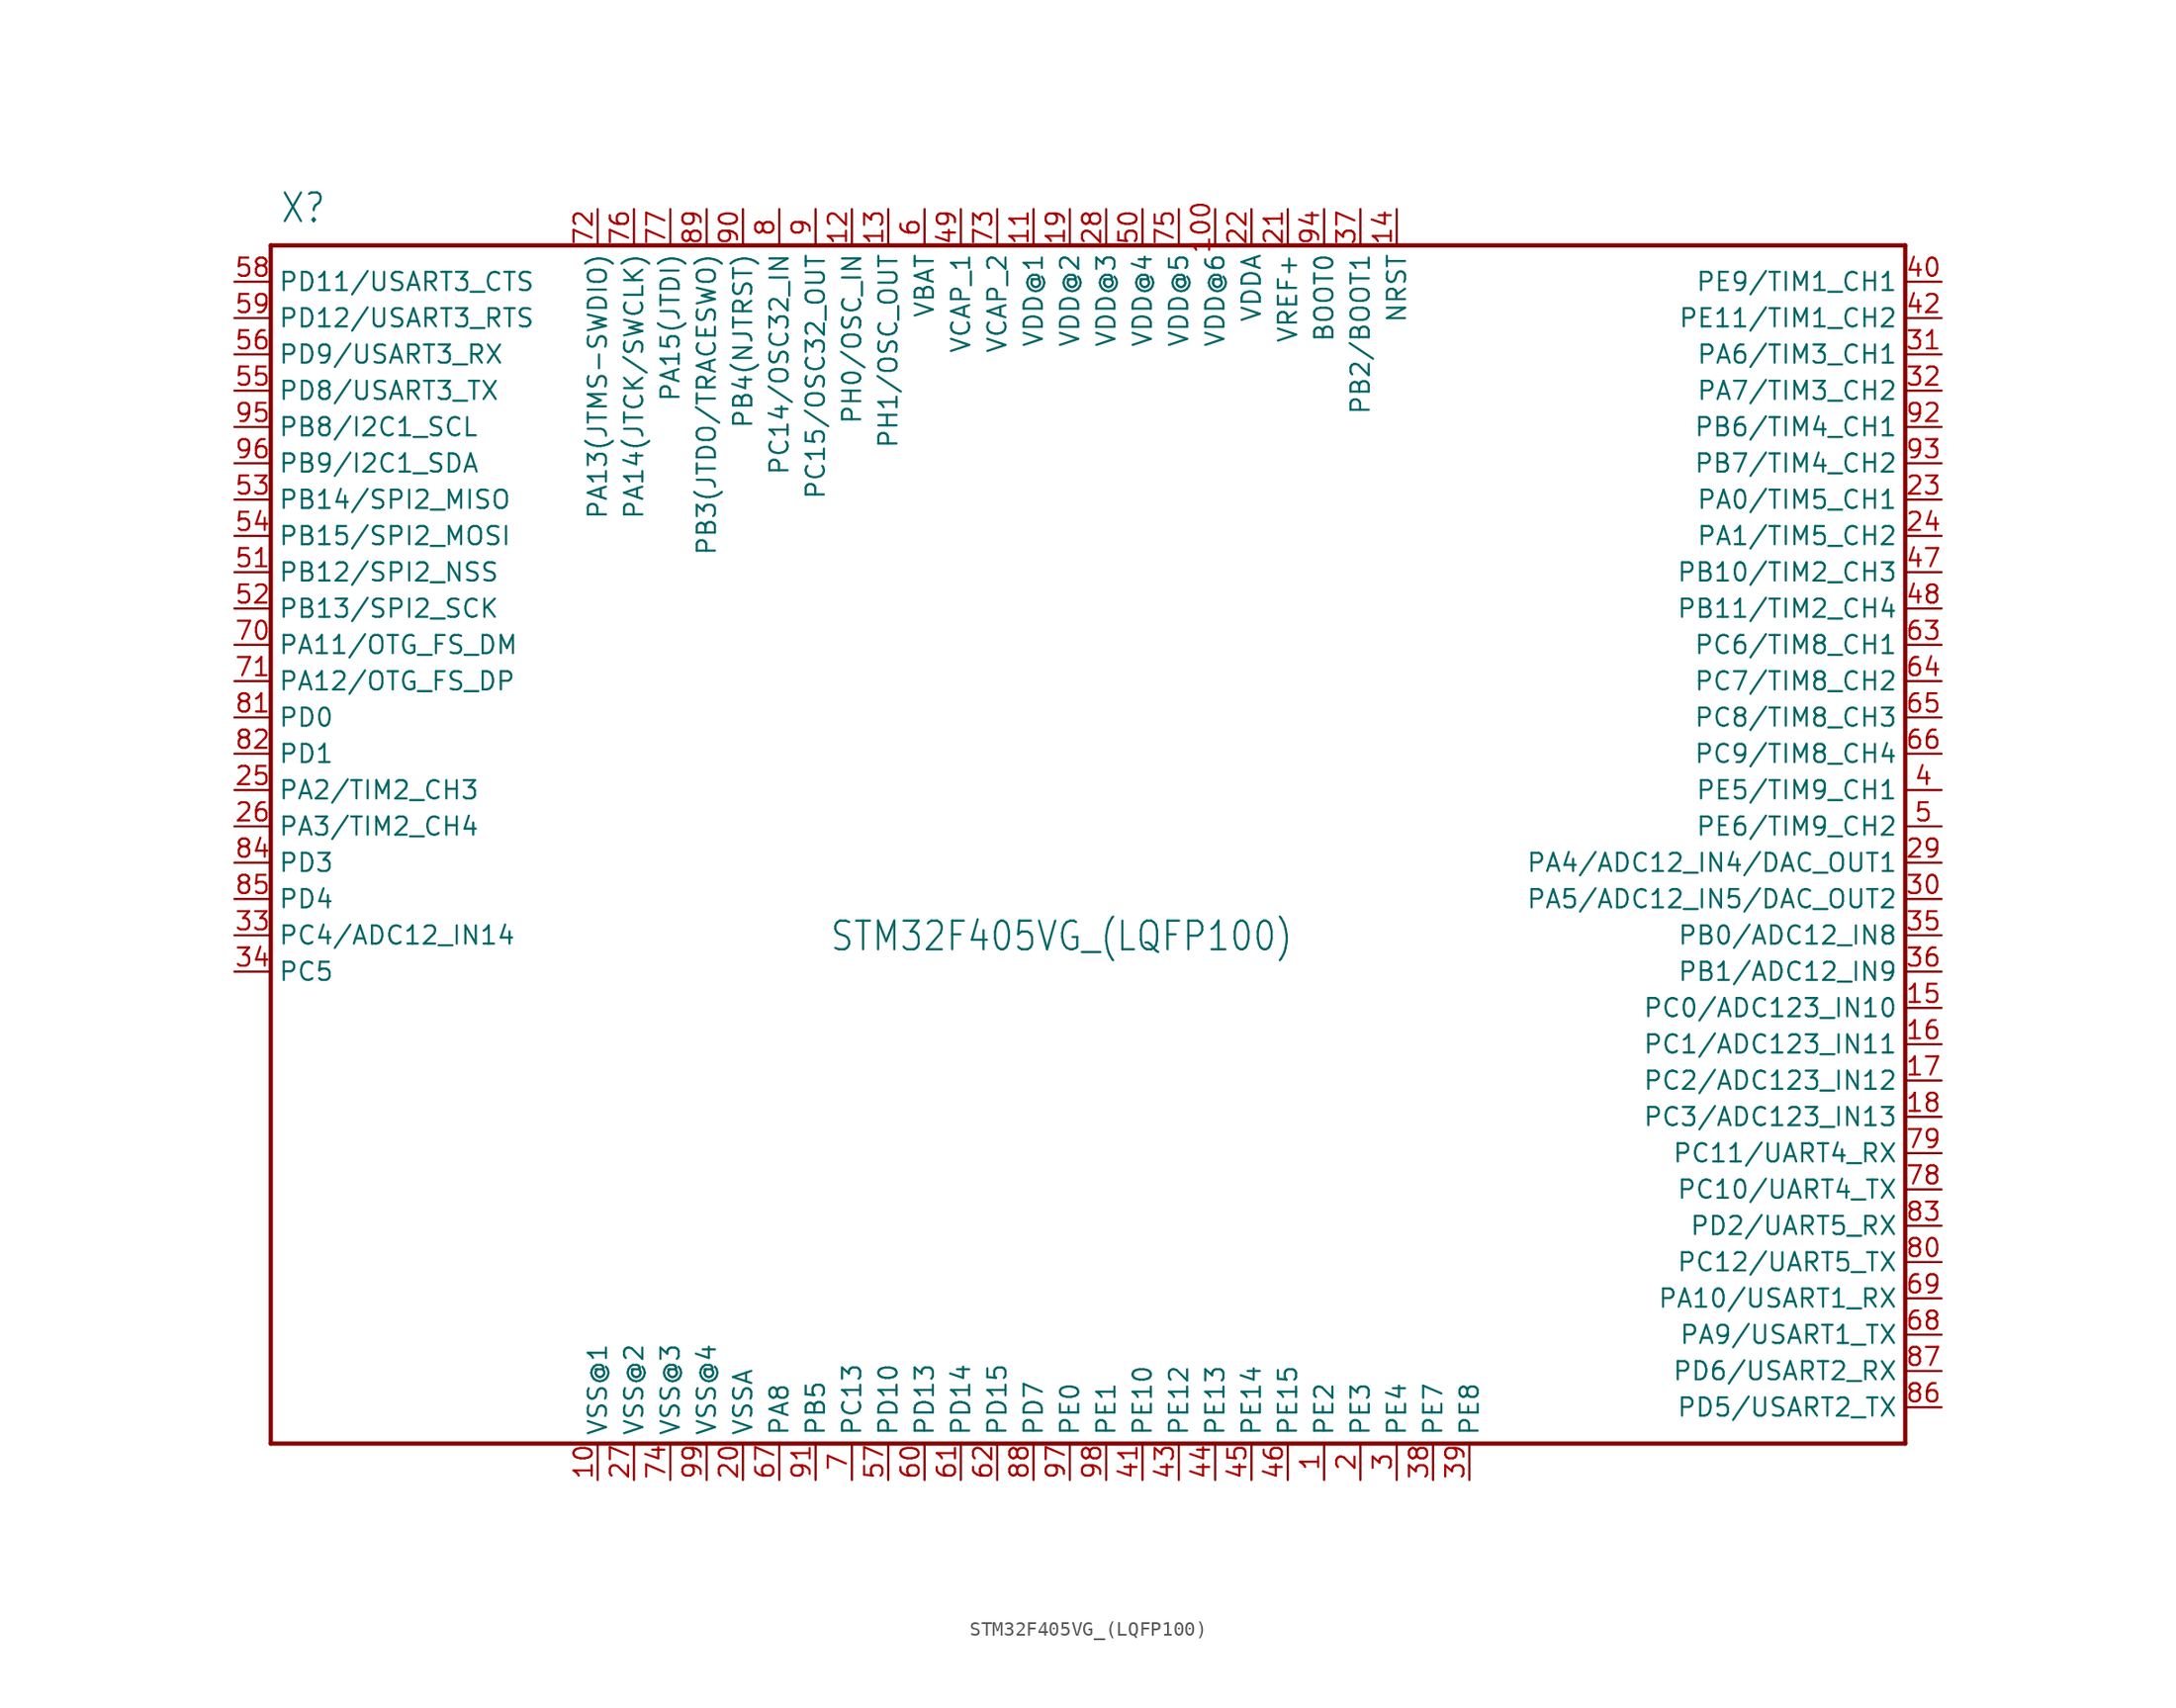
<source format=kicad_sym>
(kicad_symbol_lib
  (version 20211014)
  (generator kicad_symbol_editor)
  (symbol "STM32F405VG_(LQFP100)"
    (property "Reference" "X"
      (at -52.705 43.362 0)
      (effects (font (size 2 1.7)) (justify left bottom)))
    (property "Value" "STM32F405VG_(LQFP100)"
      (at -14.287 -7.58 0)
      (effects (font (size 2 1.7)) (justify left bottom)))
    (property "ki_locked" ""
      (at 0 0 0)
      (effects (font (size 1.27 1.27))))
    (symbol "STM32F405VG_(LQFP100)_1_0"
      (polyline (pts (xy -53.34 -41.91) (xy -53.34 41.91)) (stroke (width 0.3) (type default) (color 0 0 0 0)) (fill (type none)))
      (polyline (pts (xy -53.34 41.91) (xy 60.96 41.91)) (stroke (width 0.3) (type default) (color 0 0 0 0)) (fill (type none)))
      (polyline (pts (xy 60.96 -41.91) (xy -53.34 -41.91)) (stroke (width 0.3) (type default) (color 0 0 0 0)) (fill (type none)))
      (polyline (pts (xy 60.96 41.91) (xy 60.96 -41.91)) (stroke (width 0.3) (type default) (color 0 0 0 0)) (fill (type none)))
      (pin passive line (at 20.32 -44.45 90) (length 2.54) (name "PE2" (effects (font (size 1.27 1.27)))) (number "1" (effects (font (size 1.27 1.27)))))
      (pin passive line (at -30.48 -44.45 90) (length 2.54) (name "VSS@1" (effects (font (size 1.27 1.27)))) (number "10" (effects (font (size 1.27 1.27)))))
      (pin passive line (at 12.7 44.45 270) (length 2.54) (name "VDD@6" (effects (font (size 1.27 1.27)))) (number "100" (effects (font (size 1.27 1.27)))))
      (pin passive line (at 0 44.45 270) (length 2.54) (name "VDD@1" (effects (font (size 1.27 1.27)))) (number "11" (effects (font (size 1.27 1.27)))))
      (pin passive line (at -12.7 44.45 270) (length 2.54) (name "PH0/OSC_IN" (effects (font (size 1.27 1.27)))) (number "12" (effects (font (size 1.27 1.27)))))
      (pin passive line (at -10.16 44.45 270) (length 2.54) (name "PH1/OSC_OUT" (effects (font (size 1.27 1.27)))) (number "13" (effects (font (size 1.27 1.27)))))
      (pin passive line (at 25.4 44.45 270) (length 2.54) (name "NRST" (effects (font (size 1.27 1.27)))) (number "14" (effects (font (size 1.27 1.27)))))
      (pin passive line (at 63.5 -11.43 180) (length 2.54) (name "PC0/ADC123_IN10" (effects (font (size 1.27 1.27)))) (number "15" (effects (font (size 1.27 1.27)))))
      (pin passive line (at 63.5 -13.97 180) (length 2.54) (name "PC1/ADC123_IN11" (effects (font (size 1.27 1.27)))) (number "16" (effects (font (size 1.27 1.27)))))
      (pin passive line (at 63.5 -16.51 180) (length 2.54) (name "PC2/ADC123_IN12" (effects (font (size 1.27 1.27)))) (number "17" (effects (font (size 1.27 1.27)))))
      (pin passive line (at 63.5 -19.05 180) (length 2.54) (name "PC3/ADC123_IN13" (effects (font (size 1.27 1.27)))) (number "18" (effects (font (size 1.27 1.27)))))
      (pin passive line (at 2.54 44.45 270) (length 2.54) (name "VDD@2" (effects (font (size 1.27 1.27)))) (number "19" (effects (font (size 1.27 1.27)))))
      (pin passive line (at 22.86 -44.45 90) (length 2.54) (name "PE3" (effects (font (size 1.27 1.27)))) (number "2" (effects (font (size 1.27 1.27)))))
      (pin passive line (at -20.32 -44.45 90) (length 2.54) (name "VSSA" (effects (font (size 1.27 1.27)))) (number "20" (effects (font (size 1.27 1.27)))))
      (pin passive line (at 17.78 44.45 270) (length 2.54) (name "VREF+" (effects (font (size 1.27 1.27)))) (number "21" (effects (font (size 1.27 1.27)))))
      (pin passive line (at 15.24 44.45 270) (length 2.54) (name "VDDA" (effects (font (size 1.27 1.27)))) (number "22" (effects (font (size 1.27 1.27)))))
      (pin passive line (at 63.5 24.13 180) (length 2.54) (name "PA0/TIM5_CH1" (effects (font (size 1.27 1.27)))) (number "23" (effects (font (size 1.27 1.27)))))
      (pin passive line (at 63.5 21.59 180) (length 2.54) (name "PA1/TIM5_CH2" (effects (font (size 1.27 1.27)))) (number "24" (effects (font (size 1.27 1.27)))))
      (pin passive line (at -55.88 3.81 0) (length 2.54) (name "PA2/TIM2_CH3" (effects (font (size 1.27 1.27)))) (number "25" (effects (font (size 1.27 1.27)))))
      (pin passive line (at -55.88 1.27 0) (length 2.54) (name "PA3/TIM2_CH4" (effects (font (size 1.27 1.27)))) (number "26" (effects (font (size 1.27 1.27)))))
      (pin passive line (at -27.94 -44.45 90) (length 2.54) (name "VSS@2" (effects (font (size 1.27 1.27)))) (number "27" (effects (font (size 1.27 1.27)))))
      (pin passive line (at 5.08 44.45 270) (length 2.54) (name "VDD@3" (effects (font (size 1.27 1.27)))) (number "28" (effects (font (size 1.27 1.27)))))
      (pin passive line (at 63.5 -1.27 180) (length 2.54) (name "PA4/ADC12_IN4/DAC_OUT1" (effects (font (size 1.27 1.27)))) (number "29" (effects (font (size 1.27 1.27)))))
      (pin passive line (at 25.4 -44.45 90) (length 2.54) (name "PE4" (effects (font (size 1.27 1.27)))) (number "3" (effects (font (size 1.27 1.27)))))
      (pin passive line (at 63.5 -3.81 180) (length 2.54) (name "PA5/ADC12_IN5/DAC_OUT2" (effects (font (size 1.27 1.27)))) (number "30" (effects (font (size 1.27 1.27)))))
      (pin passive line (at 63.5 34.29 180) (length 2.54) (name "PA6/TIM3_CH1" (effects (font (size 1.27 1.27)))) (number "31" (effects (font (size 1.27 1.27)))))
      (pin passive line (at 63.5 31.75 180) (length 2.54) (name "PA7/TIM3_CH2" (effects (font (size 1.27 1.27)))) (number "32" (effects (font (size 1.27 1.27)))))
      (pin passive line (at -55.88 -6.35 0) (length 2.54) (name "PC4/ADC12_IN14" (effects (font (size 1.27 1.27)))) (number "33" (effects (font (size 1.27 1.27)))))
      (pin passive line (at -55.88 -8.89 0) (length 2.54) (name "PC5" (effects (font (size 1.27 1.27)))) (number "34" (effects (font (size 1.27 1.27)))))
      (pin passive line (at 63.5 -6.35 180) (length 2.54) (name "PB0/ADC12_IN8" (effects (font (size 1.27 1.27)))) (number "35" (effects (font (size 1.27 1.27)))))
      (pin passive line (at 63.5 -8.89 180) (length 2.54) (name "PB1/ADC12_IN9" (effects (font (size 1.27 1.27)))) (number "36" (effects (font (size 1.27 1.27)))))
      (pin passive line (at 22.86 44.45 270) (length 2.54) (name "PB2/BOOT1" (effects (font (size 1.27 1.27)))) (number "37" (effects (font (size 1.27 1.27)))))
      (pin passive line (at 27.94 -44.45 90) (length 2.54) (name "PE7" (effects (font (size 1.27 1.27)))) (number "38" (effects (font (size 1.27 1.27)))))
      (pin passive line (at 30.48 -44.45 90) (length 2.54) (name "PE8" (effects (font (size 1.27 1.27)))) (number "39" (effects (font (size 1.27 1.27)))))
      (pin passive line (at 63.5 3.81 180) (length 2.54) (name "PE5/TIM9_CH1" (effects (font (size 1.27 1.27)))) (number "4" (effects (font (size 1.27 1.27)))))
      (pin passive line (at 63.5 39.37 180) (length 2.54) (name "PE9/TIM1_CH1" (effects (font (size 1.27 1.27)))) (number "40" (effects (font (size 1.27 1.27)))))
      (pin passive line (at 7.62 -44.45 90) (length 2.54) (name "PE10" (effects (font (size 1.27 1.27)))) (number "41" (effects (font (size 1.27 1.27)))))
      (pin passive line (at 63.5 36.83 180) (length 2.54) (name "PE11/TIM1_CH2" (effects (font (size 1.27 1.27)))) (number "42" (effects (font (size 1.27 1.27)))))
      (pin passive line (at 10.16 -44.45 90) (length 2.54) (name "PE12" (effects (font (size 1.27 1.27)))) (number "43" (effects (font (size 1.27 1.27)))))
      (pin passive line (at 12.7 -44.45 90) (length 2.54) (name "PE13" (effects (font (size 1.27 1.27)))) (number "44" (effects (font (size 1.27 1.27)))))
      (pin passive line (at 15.24 -44.45 90) (length 2.54) (name "PE14" (effects (font (size 1.27 1.27)))) (number "45" (effects (font (size 1.27 1.27)))))
      (pin passive line (at 17.78 -44.45 90) (length 2.54) (name "PE15" (effects (font (size 1.27 1.27)))) (number "46" (effects (font (size 1.27 1.27)))))
      (pin passive line (at 63.5 19.05 180) (length 2.54) (name "PB10/TIM2_CH3" (effects (font (size 1.27 1.27)))) (number "47" (effects (font (size 1.27 1.27)))))
      (pin passive line (at 63.5 16.51 180) (length 2.54) (name "PB11/TIM2_CH4" (effects (font (size 1.27 1.27)))) (number "48" (effects (font (size 1.27 1.27)))))
      (pin passive line (at -5.08 44.45 270) (length 2.54) (name "VCAP_1" (effects (font (size 1.27 1.27)))) (number "49" (effects (font (size 1.27 1.27)))))
      (pin passive line (at 63.5 1.27 180) (length 2.54) (name "PE6/TIM9_CH2" (effects (font (size 1.27 1.27)))) (number "5" (effects (font (size 1.27 1.27)))))
      (pin passive line (at 7.62 44.45 270) (length 2.54) (name "VDD@4" (effects (font (size 1.27 1.27)))) (number "50" (effects (font (size 1.27 1.27)))))
      (pin passive line (at -55.88 19.05 0) (length 2.54) (name "PB12/SPI2_NSS" (effects (font (size 1.27 1.27)))) (number "51" (effects (font (size 1.27 1.27)))))
      (pin passive line (at -55.88 16.51 0) (length 2.54) (name "PB13/SPI2_SCK" (effects (font (size 1.27 1.27)))) (number "52" (effects (font (size 1.27 1.27)))))
      (pin passive line (at -55.88 24.13 0) (length 2.54) (name "PB14/SPI2_MISO" (effects (font (size 1.27 1.27)))) (number "53" (effects (font (size 1.27 1.27)))))
      (pin passive line (at -55.88 21.59 0) (length 2.54) (name "PB15/SPI2_MOSI" (effects (font (size 1.27 1.27)))) (number "54" (effects (font (size 1.27 1.27)))))
      (pin passive line (at -55.88 31.75 0) (length 2.54) (name "PD8/USART3_TX" (effects (font (size 1.27 1.27)))) (number "55" (effects (font (size 1.27 1.27)))))
      (pin passive line (at -55.88 34.29 0) (length 2.54) (name "PD9/USART3_RX" (effects (font (size 1.27 1.27)))) (number "56" (effects (font (size 1.27 1.27)))))
      (pin passive line (at -10.16 -44.45 90) (length 2.54) (name "PD10" (effects (font (size 1.27 1.27)))) (number "57" (effects (font (size 1.27 1.27)))))
      (pin passive line (at -55.88 39.37 0) (length 2.54) (name "PD11/USART3_CTS" (effects (font (size 1.27 1.27)))) (number "58" (effects (font (size 1.27 1.27)))))
      (pin passive line (at -55.88 36.83 0) (length 2.54) (name "PD12/USART3_RTS" (effects (font (size 1.27 1.27)))) (number "59" (effects (font (size 1.27 1.27)))))
      (pin passive line (at -7.62 44.45 270) (length 2.54) (name "VBAT" (effects (font (size 1.27 1.27)))) (number "6" (effects (font (size 1.27 1.27)))))
      (pin passive line (at -7.62 -44.45 90) (length 2.54) (name "PD13" (effects (font (size 1.27 1.27)))) (number "60" (effects (font (size 1.27 1.27)))))
      (pin passive line (at -5.08 -44.45 90) (length 2.54) (name "PD14" (effects (font (size 1.27 1.27)))) (number "61" (effects (font (size 1.27 1.27)))))
      (pin passive line (at -2.54 -44.45 90) (length 2.54) (name "PD15" (effects (font (size 1.27 1.27)))) (number "62" (effects (font (size 1.27 1.27)))))
      (pin passive line (at 63.5 13.97 180) (length 2.54) (name "PC6/TIM8_CH1" (effects (font (size 1.27 1.27)))) (number "63" (effects (font (size 1.27 1.27)))))
      (pin passive line (at 63.5 11.43 180) (length 2.54) (name "PC7/TIM8_CH2" (effects (font (size 1.27 1.27)))) (number "64" (effects (font (size 1.27 1.27)))))
      (pin passive line (at 63.5 8.89 180) (length 2.54) (name "PC8/TIM8_CH3" (effects (font (size 1.27 1.27)))) (number "65" (effects (font (size 1.27 1.27)))))
      (pin passive line (at 63.5 6.35 180) (length 2.54) (name "PC9/TIM8_CH4" (effects (font (size 1.27 1.27)))) (number "66" (effects (font (size 1.27 1.27)))))
      (pin passive line (at -17.78 -44.45 90) (length 2.54) (name "PA8" (effects (font (size 1.27 1.27)))) (number "67" (effects (font (size 1.27 1.27)))))
      (pin passive line (at 63.5 -34.29 180) (length 2.54) (name "PA9/USART1_TX" (effects (font (size 1.27 1.27)))) (number "68" (effects (font (size 1.27 1.27)))))
      (pin passive line (at 63.5 -31.75 180) (length 2.54) (name "PA10/USART1_RX" (effects (font (size 1.27 1.27)))) (number "69" (effects (font (size 1.27 1.27)))))
      (pin passive line (at -12.7 -44.45 90) (length 2.54) (name "PC13" (effects (font (size 1.27 1.27)))) (number "7" (effects (font (size 1.27 1.27)))))
      (pin passive line (at -55.88 13.97 0) (length 2.54) (name "PA11/OTG_FS_DM" (effects (font (size 1.27 1.27)))) (number "70" (effects (font (size 1.27 1.27)))))
      (pin passive line (at -55.88 11.43 0) (length 2.54) (name "PA12/OTG_FS_DP" (effects (font (size 1.27 1.27)))) (number "71" (effects (font (size 1.27 1.27)))))
      (pin passive line (at -30.48 44.45 270) (length 2.54) (name "PA13(JTMS-SWDIO)" (effects (font (size 1.27 1.27)))) (number "72" (effects (font (size 1.27 1.27)))))
      (pin passive line (at -2.54 44.45 270) (length 2.54) (name "VCAP_2" (effects (font (size 1.27 1.27)))) (number "73" (effects (font (size 1.27 1.27)))))
      (pin passive line (at -25.4 -44.45 90) (length 2.54) (name "VSS@3" (effects (font (size 1.27 1.27)))) (number "74" (effects (font (size 1.27 1.27)))))
      (pin passive line (at 10.16 44.45 270) (length 2.54) (name "VDD@5" (effects (font (size 1.27 1.27)))) (number "75" (effects (font (size 1.27 1.27)))))
      (pin passive line (at -27.94 44.45 270) (length 2.54) (name "PA14(JTCK/SWCLK)" (effects (font (size 1.27 1.27)))) (number "76" (effects (font (size 1.27 1.27)))))
      (pin passive line (at -25.4 44.45 270) (length 2.54) (name "PA15(JTDI)" (effects (font (size 1.27 1.27)))) (number "77" (effects (font (size 1.27 1.27)))))
      (pin passive line (at 63.5 -24.13 180) (length 2.54) (name "PC10/UART4_TX" (effects (font (size 1.27 1.27)))) (number "78" (effects (font (size 1.27 1.27)))))
      (pin passive line (at 63.5 -21.59 180) (length 2.54) (name "PC11/UART4_RX" (effects (font (size 1.27 1.27)))) (number "79" (effects (font (size 1.27 1.27)))))
      (pin passive line (at -17.78 44.45 270) (length 2.54) (name "PC14/OSC32_IN" (effects (font (size 1.27 1.27)))) (number "8" (effects (font (size 1.27 1.27)))))
      (pin passive line (at 63.5 -29.21 180) (length 2.54) (name "PC12/UART5_TX" (effects (font (size 1.27 1.27)))) (number "80" (effects (font (size 1.27 1.27)))))
      (pin passive line (at -55.88 8.89 0) (length 2.54) (name "PD0" (effects (font (size 1.27 1.27)))) (number "81" (effects (font (size 1.27 1.27)))))
      (pin passive line (at -55.88 6.35 0) (length 2.54) (name "PD1" (effects (font (size 1.27 1.27)))) (number "82" (effects (font (size 1.27 1.27)))))
      (pin passive line (at 63.5 -26.67 180) (length 2.54) (name "PD2/UART5_RX" (effects (font (size 1.27 1.27)))) (number "83" (effects (font (size 1.27 1.27)))))
      (pin passive line (at -55.88 -1.27 0) (length 2.54) (name "PD3" (effects (font (size 1.27 1.27)))) (number "84" (effects (font (size 1.27 1.27)))))
      (pin passive line (at -55.88 -3.81 0) (length 2.54) (name "PD4" (effects (font (size 1.27 1.27)))) (number "85" (effects (font (size 1.27 1.27)))))
      (pin passive line (at 63.5 -39.37 180) (length 2.54) (name "PD5/USART2_TX" (effects (font (size 1.27 1.27)))) (number "86" (effects (font (size 1.27 1.27)))))
      (pin passive line (at 63.5 -36.83 180) (length 2.54) (name "PD6/USART2_RX" (effects (font (size 1.27 1.27)))) (number "87" (effects (font (size 1.27 1.27)))))
      (pin passive line (at 0 -44.45 90) (length 2.54) (name "PD7" (effects (font (size 1.27 1.27)))) (number "88" (effects (font (size 1.27 1.27)))))
      (pin passive line (at -22.86 44.45 270) (length 2.54) (name "PB3(JTDO/TRACESWO)" (effects (font (size 1.27 1.27)))) (number "89" (effects (font (size 1.27 1.27)))))
      (pin passive line (at -15.24 44.45 270) (length 2.54) (name "PC15/OSC32_OUT" (effects (font (size 1.27 1.27)))) (number "9" (effects (font (size 1.27 1.27)))))
      (pin passive line (at -20.32 44.45 270) (length 2.54) (name "PB4(NJTRST)" (effects (font (size 1.27 1.27)))) (number "90" (effects (font (size 1.27 1.27)))))
      (pin passive line (at -15.24 -44.45 90) (length 2.54) (name "PB5" (effects (font (size 1.27 1.27)))) (number "91" (effects (font (size 1.27 1.27)))))
      (pin passive line (at 63.5 29.21 180) (length 2.54) (name "PB6/TIM4_CH1" (effects (font (size 1.27 1.27)))) (number "92" (effects (font (size 1.27 1.27)))))
      (pin passive line (at 63.5 26.67 180) (length 2.54) (name "PB7/TIM4_CH2" (effects (font (size 1.27 1.27)))) (number "93" (effects (font (size 1.27 1.27)))))
      (pin passive line (at 20.32 44.45 270) (length 2.54) (name "BOOT0" (effects (font (size 1.27 1.27)))) (number "94" (effects (font (size 1.27 1.27)))))
      (pin passive line (at -55.88 29.21 0) (length 2.54) (name "PB8/I2C1_SCL" (effects (font (size 1.27 1.27)))) (number "95" (effects (font (size 1.27 1.27)))))
      (pin passive line (at -55.88 26.67 0) (length 2.54) (name "PB9/I2C1_SDA" (effects (font (size 1.27 1.27)))) (number "96" (effects (font (size 1.27 1.27)))))
      (pin passive line (at 2.54 -44.45 90) (length 2.54) (name "PE0" (effects (font (size 1.27 1.27)))) (number "97" (effects (font (size 1.27 1.27)))))
      (pin passive line (at 5.08 -44.45 90) (length 2.54) (name "PE1" (effects (font (size 1.27 1.27)))) (number "98" (effects (font (size 1.27 1.27)))))
      (pin passive line (at -22.86 -44.45 90) (length 2.54) (name "VSS@4" (effects (font (size 1.27 1.27)))) (number "99" (effects (font (size 1.27 1.27))))))))
</source>
